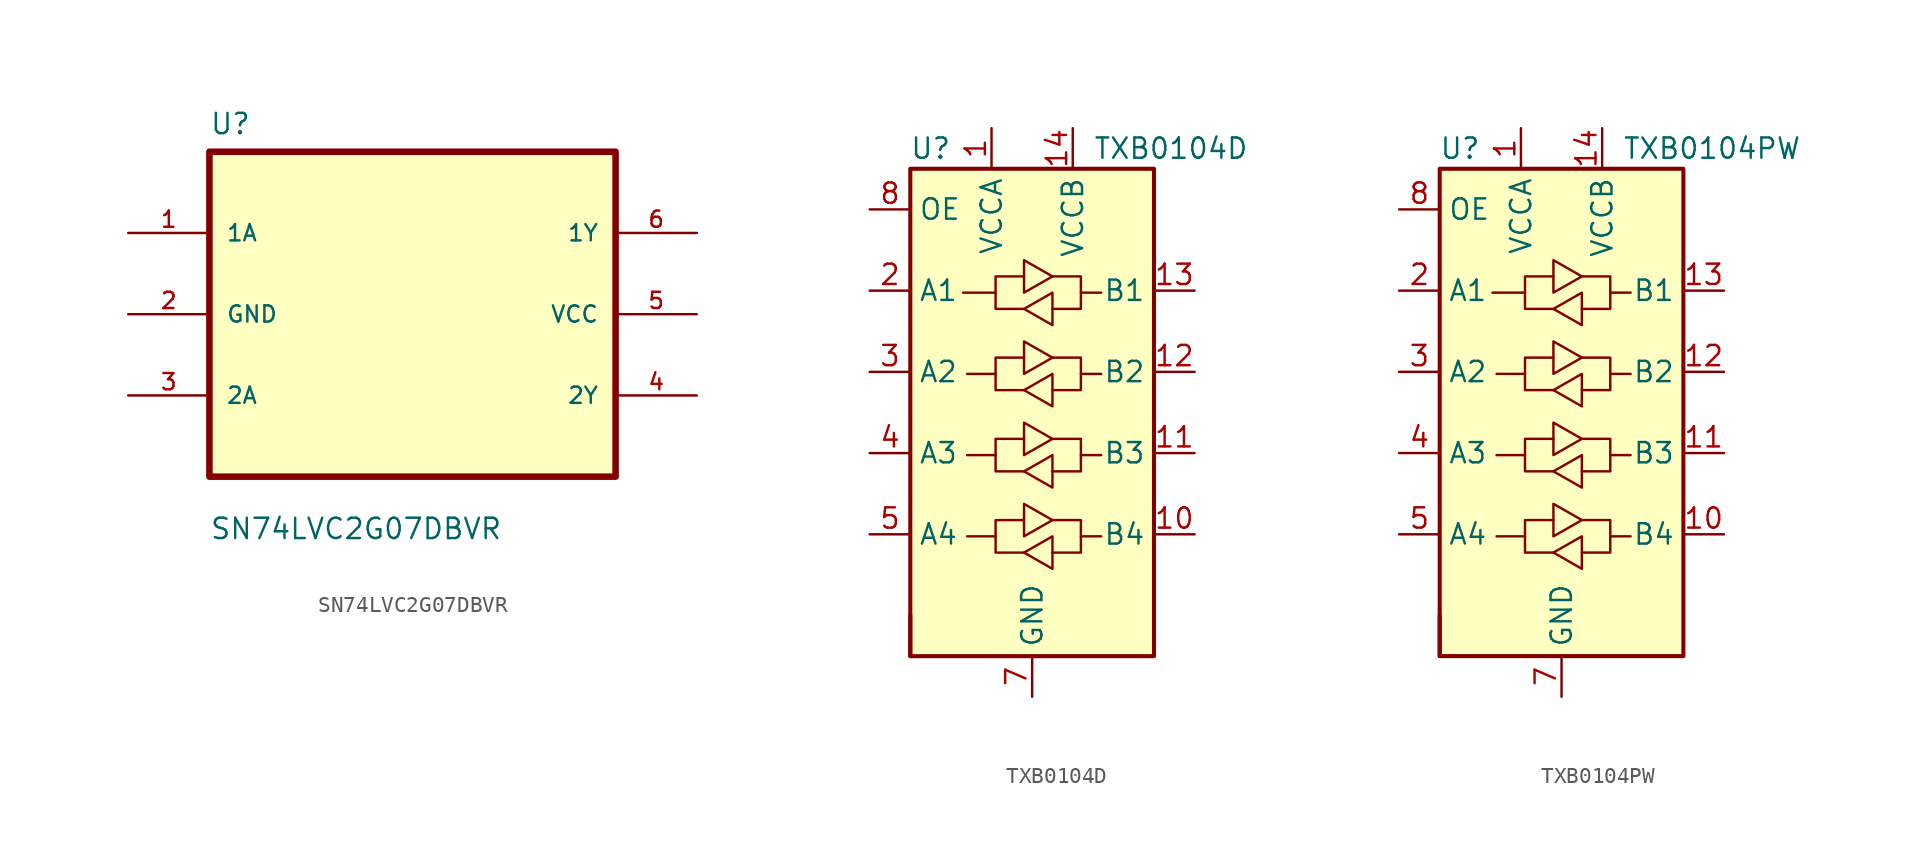
<source format=kicad_sym>
(kicad_symbol_lib
  (version 20220914)
  (generator kicad_symbol_editor)
  (symbol "SN74LVC2G07DBVR"
    (pin_names
      (offset 1.016))
    (property "Reference" "U"
      (at -12.7 11.16 0)
      (effects (font (size 1.27 1.27)) (justify left bottom)))
    (property "Value" "SN74LVC2G07DBVR"
      (at -12.7 -14.16 0)
      (effects (font (size 1.27 1.27)) (justify left bottom)))
    (symbol "SN74LVC2G07DBVR_0_0"
      (rectangle (start -12.7 10.16) (end 12.7 -10.16) (stroke (width 0.41) (type default)) (fill (type background))))
    (symbol "SN74LVC2G07DBVR_1_0"
      (pin passive line (at -17.78 5.08 0) (length 5.08) (name "1A" (effects (font (size 1.016 1.016)))) (number "1" (effects (font (size 1.016 1.016)))))
      (pin passive line (at -17.78 0 0) (length 5.08) (name "GND" (effects (font (size 1.016 1.016)))) (number "2" (effects (font (size 1.016 1.016)))))
      (pin passive line (at -17.78 -5.08 0) (length 5.08) (name "2A" (effects (font (size 1.016 1.016)))) (number "3" (effects (font (size 1.016 1.016)))))
      (pin passive line (at 17.78 -5.08 180) (length 5.08) (name "2Y" (effects (font (size 1.016 1.016)))) (number "4" (effects (font (size 1.016 1.016)))))
      (pin passive line (at 17.78 0 180) (length 5.08) (name "VCC" (effects (font (size 1.016 1.016)))) (number "5" (effects (font (size 1.016 1.016)))))
      (pin passive line (at 17.78 5.08 180) (length 5.08) (name "1Y" (effects (font (size 1.016 1.016)))) (number "6" (effects (font (size 1.016 1.016)))))))
  (symbol "TXB0104D"
    (property "Reference" "U"
      (at -6.35 16.51 0)
      (effects (font (size 1.27 1.27))))
    (property "Value" "TXB0104D"
      (at 3.81 16.51 0)
      (effects (font (size 1.27 1.27)) (justify left)))
    (symbol "TXB0104D_0_1"
      (rectangle (start -7.62 -15.24) (end -7.62 -12.7) (stroke (width 0.254) (type default)) (fill (type none)))
      (rectangle (start -7.62 15.24) (end 7.62 -15.24) (stroke (width 0.254) (type default)) (fill (type background)))
      (polyline (pts (xy -2.286 -7.747) (xy -2.286 -6.731) (xy -0.508 -6.731)) (stroke (width 0) (type default)) (fill (type none)))
      (polyline (pts (xy -2.286 -2.667) (xy -2.286 -1.651) (xy -0.508 -1.651)) (stroke (width 0) (type default)) (fill (type none)))
      (polyline (pts (xy -2.286 2.413) (xy -2.286 3.429) (xy -0.508 3.429)) (stroke (width 0) (type default)) (fill (type none)))
      (polyline (pts (xy -2.286 7.493) (xy -2.286 8.509) (xy -0.508 8.509)) (stroke (width 0) (type default)) (fill (type none)))
      (polyline (pts (xy 3.048 -7.747) (xy 3.048 -8.763) (xy 1.27 -8.763)) (stroke (width 0) (type default)) (fill (type none)))
      (polyline (pts (xy 3.048 -2.667) (xy 3.048 -3.683) (xy 1.27 -3.683)) (stroke (width 0) (type default)) (fill (type none)))
      (polyline (pts (xy 3.048 2.413) (xy 3.048 1.397) (xy 1.27 1.397)) (stroke (width 0) (type default)) (fill (type none)))
      (polyline (pts (xy 3.048 7.493) (xy 3.048 6.477) (xy 1.27 6.477)) (stroke (width 0) (type default)) (fill (type none)))
      (polyline (pts (xy -0.508 -8.763) (xy -2.286 -8.763) (xy -2.286 -7.747) (xy -4.064 -7.747)) (stroke (width 0) (type default)) (fill (type none)))
      (polyline (pts (xy -0.508 -8.763) (xy 1.27 -7.747) (xy 1.27 -9.779) (xy -0.508 -8.763)) (stroke (width 0) (type default)) (fill (type none)))
      (polyline (pts (xy -0.508 -3.683) (xy -2.286 -3.683) (xy -2.286 -2.667) (xy -4.064 -2.667)) (stroke (width 0) (type default)) (fill (type none)))
      (polyline (pts (xy -0.508 -3.683) (xy 1.27 -2.667) (xy 1.27 -4.699) (xy -0.508 -3.683)) (stroke (width 0) (type default)) (fill (type none)))
      (polyline (pts (xy -0.508 1.397) (xy -2.286 1.397) (xy -2.286 2.413) (xy -4.064 2.413)) (stroke (width 0) (type default)) (fill (type none)))
      (polyline (pts (xy -0.508 1.397) (xy 1.27 2.413) (xy 1.27 0.381) (xy -0.508 1.397)) (stroke (width 0) (type default)) (fill (type none)))
      (polyline (pts (xy -0.508 6.477) (xy -2.286 6.477) (xy -2.286 7.493) (xy -4.318 7.493)) (stroke (width 0) (type default)) (fill (type none)))
      (polyline (pts (xy -0.508 6.477) (xy 1.27 7.493) (xy 1.27 5.461) (xy -0.508 6.477)) (stroke (width 0) (type default)) (fill (type none)))
      (polyline (pts (xy 1.27 -6.731) (xy -0.508 -7.747) (xy -0.508 -5.715) (xy 1.27 -6.731)) (stroke (width 0) (type default)) (fill (type none)))
      (polyline (pts (xy 1.27 -6.731) (xy 3.048 -6.731) (xy 3.048 -7.747) (xy 4.318 -7.747)) (stroke (width 0) (type default)) (fill (type none)))
      (polyline (pts (xy 1.27 -1.651) (xy -0.508 -2.667) (xy -0.508 -0.635) (xy 1.27 -1.651)) (stroke (width 0) (type default)) (fill (type none)))
      (polyline (pts (xy 1.27 -1.651) (xy 3.048 -1.651) (xy 3.048 -2.667) (xy 4.318 -2.667)) (stroke (width 0) (type default)) (fill (type none)))
      (polyline (pts (xy 1.27 3.429) (xy -0.508 2.413) (xy -0.508 4.445) (xy 1.27 3.429)) (stroke (width 0) (type default)) (fill (type none)))
      (polyline (pts (xy 1.27 3.429) (xy 3.048 3.429) (xy 3.048 2.413) (xy 4.318 2.413)) (stroke (width 0) (type default)) (fill (type none)))
      (polyline (pts (xy 1.27 8.509) (xy -0.508 7.493) (xy -0.508 9.525) (xy 1.27 8.509)) (stroke (width 0) (type default)) (fill (type none)))
      (polyline (pts (xy 1.27 8.509) (xy 3.048 8.509) (xy 3.048 7.493) (xy 4.318 7.493)) (stroke (width 0) (type default)) (fill (type none))))
    (symbol "TXB0104D_1_1"
      (pin power_in line (at -2.54 17.78 270) (length 2.54) (name "VCCA" (effects (font (size 1.27 1.27)))) (number "1" (effects (font (size 1.27 1.27)))))
      (pin bidirectional line (at 10.16 -7.62 180) (length 2.54) (name "B4" (effects (font (size 1.27 1.27)))) (number "10" (effects (font (size 1.27 1.27)))))
      (pin bidirectional line (at 10.16 -2.54 180) (length 2.54) (name "B3" (effects (font (size 1.27 1.27)))) (number "11" (effects (font (size 1.27 1.27)))))
      (pin bidirectional line (at 10.16 2.54 180) (length 2.54) (name "B2" (effects (font (size 1.27 1.27)))) (number "12" (effects (font (size 1.27 1.27)))))
      (pin bidirectional line (at 10.16 7.62 180) (length 2.54) (name "B1" (effects (font (size 1.27 1.27)))) (number "13" (effects (font (size 1.27 1.27)))))
      (pin power_in line (at 2.54 17.78 270) (length 2.54) (name "VCCB" (effects (font (size 1.27 1.27)))) (number "14" (effects (font (size 1.27 1.27)))))
      (pin bidirectional line (at -10.16 7.62 0) (length 2.54) (name "A1" (effects (font (size 1.27 1.27)))) (number "2" (effects (font (size 1.27 1.27)))))
      (pin bidirectional line (at -10.16 2.54 0) (length 2.54) (name "A2" (effects (font (size 1.27 1.27)))) (number "3" (effects (font (size 1.27 1.27)))))
      (pin bidirectional line (at -10.16 -2.54 0) (length 2.54) (name "A3" (effects (font (size 1.27 1.27)))) (number "4" (effects (font (size 1.27 1.27)))))
      (pin bidirectional line (at -10.16 -7.62 0) (length 2.54) (name "A4" (effects (font (size 1.27 1.27)))) (number "5" (effects (font (size 1.27 1.27)))))
      (pin no_connect line (at -10.16 -12.7 0) (length 2.54) hide (name "NC" (effects (font (size 1.27 1.27)))) (number "6" (effects (font (size 1.27 1.27)))))
      (pin power_in line (at 0 -17.78 90) (length 2.54) (name "GND" (effects (font (size 1.27 1.27)))) (number "7" (effects (font (size 1.27 1.27)))))
      (pin input line (at -10.16 12.7 0) (length 2.54) (name "OE" (effects (font (size 1.27 1.27)))) (number "8" (effects (font (size 1.27 1.27)))))
      (pin no_connect line (at 10.16 -12.7 180) (length 2.54) hide (name "NC" (effects (font (size 1.27 1.27)))) (number "9" (effects (font (size 1.27 1.27)))))))
  (symbol "TXB0104PW"
    (property "Reference" "U"
      (at -6.35 16.51 0)
      (effects (font (size 1.27 1.27))))
    (property "Value" "TXB0104PW"
      (at 3.81 16.51 0)
      (effects (font (size 1.27 1.27)) (justify left)))
    (symbol "TXB0104PW_0_1"
      (rectangle (start -7.62 -15.24) (end -7.62 -12.7) (stroke (width 0.254) (type default)) (fill (type none)))
      (rectangle (start -7.62 15.24) (end 7.62 -15.24) (stroke (width 0.254) (type default)) (fill (type background)))
      (polyline (pts (xy -2.286 -7.747) (xy -2.286 -6.731) (xy -0.508 -6.731)) (stroke (width 0) (type default)) (fill (type none)))
      (polyline (pts (xy -2.286 -2.667) (xy -2.286 -1.651) (xy -0.508 -1.651)) (stroke (width 0) (type default)) (fill (type none)))
      (polyline (pts (xy -2.286 2.413) (xy -2.286 3.429) (xy -0.508 3.429)) (stroke (width 0) (type default)) (fill (type none)))
      (polyline (pts (xy -2.286 7.493) (xy -2.286 8.509) (xy -0.508 8.509)) (stroke (width 0) (type default)) (fill (type none)))
      (polyline (pts (xy 3.048 -7.747) (xy 3.048 -8.763) (xy 1.27 -8.763)) (stroke (width 0) (type default)) (fill (type none)))
      (polyline (pts (xy 3.048 -2.667) (xy 3.048 -3.683) (xy 1.27 -3.683)) (stroke (width 0) (type default)) (fill (type none)))
      (polyline (pts (xy 3.048 2.413) (xy 3.048 1.397) (xy 1.27 1.397)) (stroke (width 0) (type default)) (fill (type none)))
      (polyline (pts (xy 3.048 7.493) (xy 3.048 6.477) (xy 1.27 6.477)) (stroke (width 0) (type default)) (fill (type none)))
      (polyline (pts (xy -0.508 -8.763) (xy -2.286 -8.763) (xy -2.286 -7.747) (xy -4.064 -7.747)) (stroke (width 0) (type default)) (fill (type none)))
      (polyline (pts (xy -0.508 -8.763) (xy 1.27 -7.747) (xy 1.27 -9.779) (xy -0.508 -8.763)) (stroke (width 0) (type default)) (fill (type none)))
      (polyline (pts (xy -0.508 -3.683) (xy -2.286 -3.683) (xy -2.286 -2.667) (xy -4.064 -2.667)) (stroke (width 0) (type default)) (fill (type none)))
      (polyline (pts (xy -0.508 -3.683) (xy 1.27 -2.667) (xy 1.27 -4.699) (xy -0.508 -3.683)) (stroke (width 0) (type default)) (fill (type none)))
      (polyline (pts (xy -0.508 1.397) (xy -2.286 1.397) (xy -2.286 2.413) (xy -4.064 2.413)) (stroke (width 0) (type default)) (fill (type none)))
      (polyline (pts (xy -0.508 1.397) (xy 1.27 2.413) (xy 1.27 0.381) (xy -0.508 1.397)) (stroke (width 0) (type default)) (fill (type none)))
      (polyline (pts (xy -0.508 6.477) (xy -2.286 6.477) (xy -2.286 7.493) (xy -4.318 7.493)) (stroke (width 0) (type default)) (fill (type none)))
      (polyline (pts (xy -0.508 6.477) (xy 1.27 7.493) (xy 1.27 5.461) (xy -0.508 6.477)) (stroke (width 0) (type default)) (fill (type none)))
      (polyline (pts (xy 1.27 -6.731) (xy -0.508 -7.747) (xy -0.508 -5.715) (xy 1.27 -6.731)) (stroke (width 0) (type default)) (fill (type none)))
      (polyline (pts (xy 1.27 -6.731) (xy 3.048 -6.731) (xy 3.048 -7.747) (xy 4.318 -7.747)) (stroke (width 0) (type default)) (fill (type none)))
      (polyline (pts (xy 1.27 -1.651) (xy -0.508 -2.667) (xy -0.508 -0.635) (xy 1.27 -1.651)) (stroke (width 0) (type default)) (fill (type none)))
      (polyline (pts (xy 1.27 -1.651) (xy 3.048 -1.651) (xy 3.048 -2.667) (xy 4.318 -2.667)) (stroke (width 0) (type default)) (fill (type none)))
      (polyline (pts (xy 1.27 3.429) (xy -0.508 2.413) (xy -0.508 4.445) (xy 1.27 3.429)) (stroke (width 0) (type default)) (fill (type none)))
      (polyline (pts (xy 1.27 3.429) (xy 3.048 3.429) (xy 3.048 2.413) (xy 4.318 2.413)) (stroke (width 0) (type default)) (fill (type none)))
      (polyline (pts (xy 1.27 8.509) (xy -0.508 7.493) (xy -0.508 9.525) (xy 1.27 8.509)) (stroke (width 0) (type default)) (fill (type none)))
      (polyline (pts (xy 1.27 8.509) (xy 3.048 8.509) (xy 3.048 7.493) (xy 4.318 7.493)) (stroke (width 0) (type default)) (fill (type none))))
    (symbol "TXB0104PW_1_1"
      (pin power_in line (at -2.54 17.78 270) (length 2.54) (name "VCCA" (effects (font (size 1.27 1.27)))) (number "1" (effects (font (size 1.27 1.27)))))
      (pin bidirectional line (at 10.16 -7.62 180) (length 2.54) (name "B4" (effects (font (size 1.27 1.27)))) (number "10" (effects (font (size 1.27 1.27)))))
      (pin bidirectional line (at 10.16 -2.54 180) (length 2.54) (name "B3" (effects (font (size 1.27 1.27)))) (number "11" (effects (font (size 1.27 1.27)))))
      (pin bidirectional line (at 10.16 2.54 180) (length 2.54) (name "B2" (effects (font (size 1.27 1.27)))) (number "12" (effects (font (size 1.27 1.27)))))
      (pin bidirectional line (at 10.16 7.62 180) (length 2.54) (name "B1" (effects (font (size 1.27 1.27)))) (number "13" (effects (font (size 1.27 1.27)))))
      (pin power_in line (at 2.54 17.78 270) (length 2.54) (name "VCCB" (effects (font (size 1.27 1.27)))) (number "14" (effects (font (size 1.27 1.27)))))
      (pin bidirectional line (at -10.16 7.62 0) (length 2.54) (name "A1" (effects (font (size 1.27 1.27)))) (number "2" (effects (font (size 1.27 1.27)))))
      (pin bidirectional line (at -10.16 2.54 0) (length 2.54) (name "A2" (effects (font (size 1.27 1.27)))) (number "3" (effects (font (size 1.27 1.27)))))
      (pin bidirectional line (at -10.16 -2.54 0) (length 2.54) (name "A3" (effects (font (size 1.27 1.27)))) (number "4" (effects (font (size 1.27 1.27)))))
      (pin bidirectional line (at -10.16 -7.62 0) (length 2.54) (name "A4" (effects (font (size 1.27 1.27)))) (number "5" (effects (font (size 1.27 1.27)))))
      (pin no_connect line (at -10.16 -12.7 0) (length 2.54) hide (name "NC" (effects (font (size 1.27 1.27)))) (number "6" (effects (font (size 1.27 1.27)))))
      (pin power_in line (at 0 -17.78 90) (length 2.54) (name "GND" (effects (font (size 1.27 1.27)))) (number "7" (effects (font (size 1.27 1.27)))))
      (pin input line (at -10.16 12.7 0) (length 2.54) (name "OE" (effects (font (size 1.27 1.27)))) (number "8" (effects (font (size 1.27 1.27)))))
      (pin no_connect line (at 10.16 -12.7 180) (length 2.54) hide (name "NC" (effects (font (size 1.27 1.27)))) (number "9" (effects (font (size 1.27 1.27))))))))
</source>
